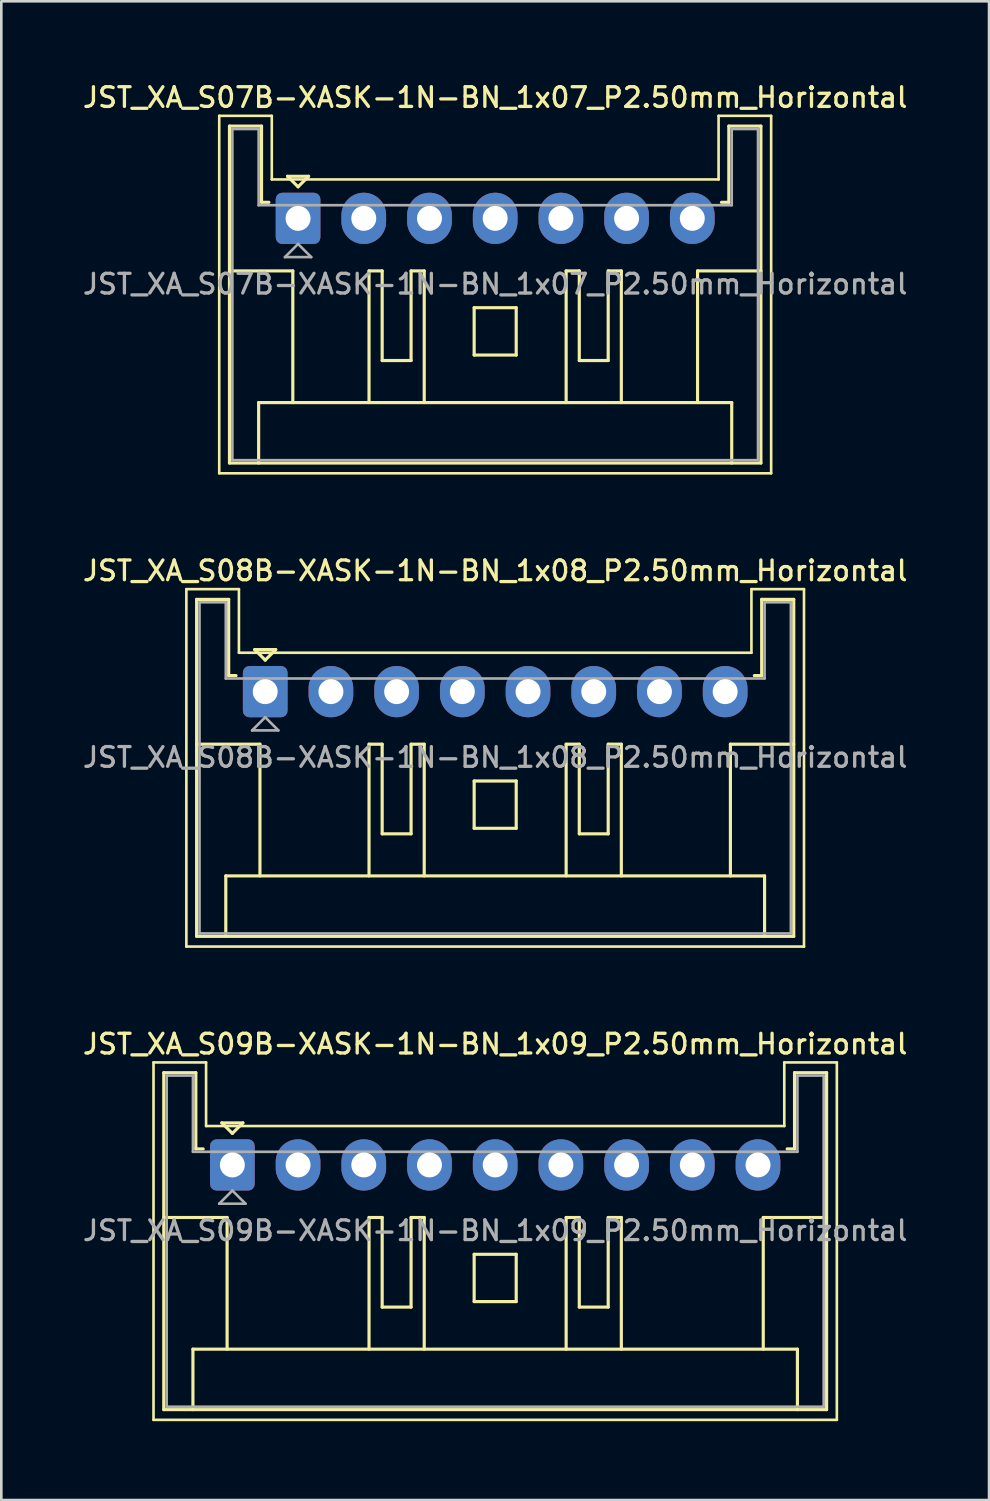
<source format=kicad_pcb>
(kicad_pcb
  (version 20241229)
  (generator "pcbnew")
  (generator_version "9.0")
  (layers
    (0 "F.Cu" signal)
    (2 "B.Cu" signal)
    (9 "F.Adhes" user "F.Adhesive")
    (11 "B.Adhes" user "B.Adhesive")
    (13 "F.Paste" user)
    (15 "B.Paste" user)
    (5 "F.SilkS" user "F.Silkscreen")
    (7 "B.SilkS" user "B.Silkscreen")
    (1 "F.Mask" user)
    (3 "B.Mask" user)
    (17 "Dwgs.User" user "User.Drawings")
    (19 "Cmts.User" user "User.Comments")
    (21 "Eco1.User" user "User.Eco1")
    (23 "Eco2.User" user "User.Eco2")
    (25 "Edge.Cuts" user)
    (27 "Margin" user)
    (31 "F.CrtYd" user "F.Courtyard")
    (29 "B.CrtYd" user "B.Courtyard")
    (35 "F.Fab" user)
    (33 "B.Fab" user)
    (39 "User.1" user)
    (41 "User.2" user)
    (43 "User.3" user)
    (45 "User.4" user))
  (footprint "JST_XA_S08B-XASK-1N-BN_1x08_P2.50mm_Horizontal"
    (layer "F.Cu")
    (at 7.041 23.266)
    (property "Reference" "JST_XA_S08B-XASK-1N-BN_1x08_P2.50mm_Horizontal" (at 8.75 -4.6 0) (layer "F.SilkS") (effects (font (size 0.75 0.75) (thickness 0.125))))
    (attr through_hole)
    (fp_line (start -3 -3.9) (end -3 9.7) (stroke (width 0.1) (type solid)) (layer "F.SilkS"))
    (fp_line (start -3 9.7) (end 20.5 9.7) (stroke (width 0.1) (type solid)) (layer "F.SilkS"))
    (fp_line (start -2.61 -3.51) (end -2.61 9.31) (stroke (width 0.12) (type solid)) (layer "F.SilkS"))
    (fp_line (start -2.61 9.31) (end 20.11 9.31) (stroke (width 0.12) (type solid)) (layer "F.SilkS"))
    (fp_line (start -1.5 7.01) (end 19 7.01) (stroke (width 0.12) (type solid)) (layer "F.SilkS"))
    (fp_line (start -1.5 9.31) (end -1.5 7.01) (stroke (width 0.12) (type solid)) (layer "F.SilkS"))
    (fp_line (start -1.39 -3.51) (end -2.61 -3.51) (stroke (width 0.12) (type solid)) (layer "F.SilkS"))
    (fp_line (start -1.39 -0.61) (end -1.39 -3.51) (stroke (width 0.12) (type solid)) (layer "F.SilkS"))
    (fp_line (start -1.11 -0.61) (end -1.39 -0.61) (stroke (width 0.12) (type solid)) (layer "F.SilkS"))
    (fp_line (start -1 -3.9) (end -3 -3.9) (stroke (width 0.1) (type solid)) (layer "F.SilkS"))
    (fp_line (start -1 -1.48) (end -1 -3.9) (stroke (width 0.1) (type solid)) (layer "F.SilkS"))
    (fp_line (start -0.4 -1.6) (end 0.4 -1.6) (stroke (width 0.12) (type solid)) (layer "F.SilkS"))
    (fp_line (start -0.2 2) (end -2.61 2) (stroke (width 0.12) (type solid)) (layer "F.SilkS"))
    (fp_line (start -0.2 7.01) (end -0.2 2) (stroke (width 0.12) (type solid)) (layer "F.SilkS"))
    (fp_line (start 0 -1.2) (end -0.4 -1.6) (stroke (width 0.12) (type solid)) (layer "F.SilkS"))
    (fp_line (start 0.4 -1.6) (end 0 -1.2) (stroke (width 0.12) (type solid)) (layer "F.SilkS"))
    (fp_line (start 3.95 2) (end 3.95 7.01) (stroke (width 0.12) (type solid)) (layer "F.SilkS"))
    (fp_line (start 4.45 2) (end 3.95 2) (stroke (width 0.12) (type solid)) (layer "F.SilkS"))
    (fp_line (start 4.45 5.41) (end 4.45 2) (stroke (width 0.12) (type solid)) (layer "F.SilkS"))
    (fp_line (start 5.55 2) (end 5.55 5.41) (stroke (width 0.12) (type solid)) (layer "F.SilkS"))
    (fp_line (start 5.55 5.41) (end 4.45 5.41) (stroke (width 0.12) (type solid)) (layer "F.SilkS"))
    (fp_line (start 6.05 2) (end 5.55 2) (stroke (width 0.12) (type solid)) (layer "F.SilkS"))
    (fp_line (start 6.05 7.01) (end 6.05 2) (stroke (width 0.12) (type solid)) (layer "F.SilkS"))
    (fp_line (start 7.95 3.4) (end 9.55 3.4) (stroke (width 0.12) (type solid)) (layer "F.SilkS"))
    (fp_line (start 7.95 5.2) (end 7.95 3.4) (stroke (width 0.12) (type solid)) (layer "F.SilkS"))
    (fp_line (start 9.55 3.4) (end 9.55 5.2) (stroke (width 0.12) (type solid)) (layer "F.SilkS"))
    (fp_line (start 9.55 5.2) (end 7.95 5.2) (stroke (width 0.12) (type solid)) (layer "F.SilkS"))
    (fp_line (start 11.45 2) (end 11.95 2) (stroke (width 0.12) (type solid)) (layer "F.SilkS"))
    (fp_line (start 11.45 7.01) (end 11.45 2) (stroke (width 0.12) (type solid)) (layer "F.SilkS"))
    (fp_line (start 11.95 2) (end 11.95 5.41) (stroke (width 0.12) (type solid)) (layer "F.SilkS"))
    (fp_line (start 11.95 5.41) (end 13.05 5.41) (stroke (width 0.12) (type solid)) (layer "F.SilkS"))
    (fp_line (start 13.05 2) (end 13.55 2) (stroke (width 0.12) (type solid)) (layer "F.SilkS"))
    (fp_line (start 13.05 5.41) (end 13.05 2) (stroke (width 0.12) (type solid)) (layer "F.SilkS"))
    (fp_line (start 13.55 2) (end 13.55 7.01) (stroke (width 0.12) (type solid)) (layer "F.SilkS"))
    (fp_line (start 17.7 2) (end 20.11 2) (stroke (width 0.12) (type solid)) (layer "F.SilkS"))
    (fp_line (start 17.7 7.01) (end 17.7 2) (stroke (width 0.12) (type solid)) (layer "F.SilkS"))
    (fp_line (start 18.5 -3.9) (end 18.5 -1.48) (stroke (width 0.1) (type solid)) (layer "F.SilkS"))
    (fp_line (start 18.5 -1.48) (end -1 -1.48) (stroke (width 0.1) (type solid)) (layer "F.SilkS"))
    (fp_line (start 18.89 -3.51) (end 18.89 -0.61) (stroke (width 0.12) (type solid)) (layer "F.SilkS"))
    (fp_line (start 18.89 -0.61) (end 18.61 -0.61) (stroke (width 0.12) (type solid)) (layer "F.SilkS"))
    (fp_line (start 19 7.01) (end 19 9.31) (stroke (width 0.12) (type solid)) (layer "F.SilkS"))
    (fp_line (start 20.11 -3.51) (end 18.89 -3.51) (stroke (width 0.12) (type solid)) (layer "F.SilkS"))
    (fp_line (start 20.11 9.31) (end 20.11 -3.51) (stroke (width 0.12) (type solid)) (layer "F.SilkS"))
    (fp_line (start 20.5 -3.9) (end 18.5 -3.9) (stroke (width 0.1) (type solid)) (layer "F.SilkS"))
    (fp_line (start 20.5 9.7) (end 20.5 -3.9) (stroke (width 0.1) (type solid)) (layer "F.SilkS"))
    (fp_line (start -2.5 -3.4) (end -2.5 9.2) (stroke (width 0.1) (type solid)) (layer "F.Fab"))
    (fp_line (start -2.5 9.2) (end 20 9.2) (stroke (width 0.1) (type solid)) (layer "F.Fab"))
    (fp_line (start -1.5 -3.4) (end -2.5 -3.4) (stroke (width 0.1) (type solid)) (layer "F.Fab"))
    (fp_line (start -1.5 -0.5) (end -1.5 -3.4) (stroke (width 0.1) (type solid)) (layer "F.Fab"))
    (fp_line (start -0.5 1.475) (end 0.5 1.475) (stroke (width 0.1) (type solid)) (layer "F.Fab"))
    (fp_line (start 0 0.975) (end -0.5 1.475) (stroke (width 0.1) (type solid)) (layer "F.Fab"))
    (fp_line (start 0.5 1.475) (end 0 0.975) (stroke (width 0.1) (type solid)) (layer "F.Fab"))
    (fp_line (start 19 -3.4) (end 19 -0.5) (stroke (width 0.1) (type solid)) (layer "F.Fab"))
    (fp_line (start 19 -0.5) (end -1.5 -0.5) (stroke (width 0.1) (type solid)) (layer "F.Fab"))
    (fp_line (start 20 -3.4) (end 19 -3.4) (stroke (width 0.1) (type solid)) (layer "F.Fab"))
    (fp_line (start 20 9.2) (end 20 -3.4) (stroke (width 0.1) (type solid)) (layer "F.Fab"))
    (fp_text user "${REFERENCE}" (at 8.75 2.5 0) (layer "F.Fab") (effects (font (size 0.75 0.75) (thickness 0.125))))
    (pad "1" thru_hole roundrect (at 0 0) (size 1.7 1.95) (drill 0.95) (layers "*.Cu" "*.Mask") (roundrect_rratio 0.147))
    (pad "2" thru_hole oval (at 2.5 0) (size 1.7 1.95) (drill 0.95) (layers "*.Cu" "*.Mask"))
    (pad "3" thru_hole oval (at 5 0) (size 1.7 1.95) (drill 0.95) (layers "*.Cu" "*.Mask"))
    (pad "4" thru_hole oval (at 7.5 0) (size 1.7 1.95) (drill 0.95) (layers "*.Cu" "*.Mask"))
    (pad "5" thru_hole oval (at 10 0) (size 1.7 1.95) (drill 0.95) (layers "*.Cu" "*.Mask"))
    (pad "6" thru_hole oval (at 12.5 0) (size 1.7 1.95) (drill 0.95) (layers "*.Cu" "*.Mask"))
    (pad "7" thru_hole oval (at 15 0) (size 1.7 1.95) (drill 0.95) (layers "*.Cu" "*.Mask"))
    (pad "8" thru_hole oval (at 17.5 0) (size 1.7 1.95) (drill 0.95) (layers "*.Cu" "*.Mask")))
  (footprint "JST_XA_S09B-XASK-1N-BN_1x09_P2.50mm_Horizontal"
    (layer "F.Cu")
    (at 5.791 41.274)
    (property "Reference" "JST_XA_S09B-XASK-1N-BN_1x09_P2.50mm_Horizontal" (at 10 -4.6 0) (layer "F.SilkS") (effects (font (size 0.75 0.75) (thickness 0.125))))
    (attr through_hole)
    (fp_line (start -3 -3.9) (end -3 9.7) (stroke (width 0.1) (type solid)) (layer "F.SilkS"))
    (fp_line (start -3 9.7) (end 23 9.7) (stroke (width 0.1) (type solid)) (layer "F.SilkS"))
    (fp_line (start -2.61 -3.51) (end -2.61 9.31) (stroke (width 0.12) (type solid)) (layer "F.SilkS"))
    (fp_line (start -2.61 9.31) (end 22.61 9.31) (stroke (width 0.12) (type solid)) (layer "F.SilkS"))
    (fp_line (start -1.5 7.01) (end 21.5 7.01) (stroke (width 0.12) (type solid)) (layer "F.SilkS"))
    (fp_line (start -1.5 9.31) (end -1.5 7.01) (stroke (width 0.12) (type solid)) (layer "F.SilkS"))
    (fp_line (start -1.39 -3.51) (end -2.61 -3.51) (stroke (width 0.12) (type solid)) (layer "F.SilkS"))
    (fp_line (start -1.39 -0.61) (end -1.39 -3.51) (stroke (width 0.12) (type solid)) (layer "F.SilkS"))
    (fp_line (start -1.11 -0.61) (end -1.39 -0.61) (stroke (width 0.12) (type solid)) (layer "F.SilkS"))
    (fp_line (start -1 -3.9) (end -3 -3.9) (stroke (width 0.1) (type solid)) (layer "F.SilkS"))
    (fp_line (start -1 -1.48) (end -1 -3.9) (stroke (width 0.1) (type solid)) (layer "F.SilkS"))
    (fp_line (start -0.4 -1.6) (end 0.4 -1.6) (stroke (width 0.12) (type solid)) (layer "F.SilkS"))
    (fp_line (start -0.2 2) (end -2.61 2) (stroke (width 0.12) (type solid)) (layer "F.SilkS"))
    (fp_line (start -0.2 7.01) (end -0.2 2) (stroke (width 0.12) (type solid)) (layer "F.SilkS"))
    (fp_line (start 0 -1.2) (end -0.4 -1.6) (stroke (width 0.12) (type solid)) (layer "F.SilkS"))
    (fp_line (start 0.4 -1.6) (end 0 -1.2) (stroke (width 0.12) (type solid)) (layer "F.SilkS"))
    (fp_line (start 5.2 2) (end 5.2 7.01) (stroke (width 0.12) (type solid)) (layer "F.SilkS"))
    (fp_line (start 5.7 2) (end 5.2 2) (stroke (width 0.12) (type solid)) (layer "F.SilkS"))
    (fp_line (start 5.7 5.41) (end 5.7 2) (stroke (width 0.12) (type solid)) (layer "F.SilkS"))
    (fp_line (start 6.8 2) (end 6.8 5.41) (stroke (width 0.12) (type solid)) (layer "F.SilkS"))
    (fp_line (start 6.8 5.41) (end 5.7 5.41) (stroke (width 0.12) (type solid)) (layer "F.SilkS"))
    (fp_line (start 7.3 2) (end 6.8 2) (stroke (width 0.12) (type solid)) (layer "F.SilkS"))
    (fp_line (start 7.3 7.01) (end 7.3 2) (stroke (width 0.12) (type solid)) (layer "F.SilkS"))
    (fp_line (start 9.2 3.4) (end 10.8 3.4) (stroke (width 0.12) (type solid)) (layer "F.SilkS"))
    (fp_line (start 9.2 5.2) (end 9.2 3.4) (stroke (width 0.12) (type solid)) (layer "F.SilkS"))
    (fp_line (start 10.8 3.4) (end 10.8 5.2) (stroke (width 0.12) (type solid)) (layer "F.SilkS"))
    (fp_line (start 10.8 5.2) (end 9.2 5.2) (stroke (width 0.12) (type solid)) (layer "F.SilkS"))
    (fp_line (start 12.7 2) (end 13.2 2) (stroke (width 0.12) (type solid)) (layer "F.SilkS"))
    (fp_line (start 12.7 7.01) (end 12.7 2) (stroke (width 0.12) (type solid)) (layer "F.SilkS"))
    (fp_line (start 13.2 2) (end 13.2 5.41) (stroke (width 0.12) (type solid)) (layer "F.SilkS"))
    (fp_line (start 13.2 5.41) (end 14.3 5.41) (stroke (width 0.12) (type solid)) (layer "F.SilkS"))
    (fp_line (start 14.3 2) (end 14.8 2) (stroke (width 0.12) (type solid)) (layer "F.SilkS"))
    (fp_line (start 14.3 5.41) (end 14.3 2) (stroke (width 0.12) (type solid)) (layer "F.SilkS"))
    (fp_line (start 14.8 2) (end 14.8 7.01) (stroke (width 0.12) (type solid)) (layer "F.SilkS"))
    (fp_line (start 20.2 2) (end 22.61 2) (stroke (width 0.12) (type solid)) (layer "F.SilkS"))
    (fp_line (start 20.2 7.01) (end 20.2 2) (stroke (width 0.12) (type solid)) (layer "F.SilkS"))
    (fp_line (start 21 -3.9) (end 21 -1.48) (stroke (width 0.1) (type solid)) (layer "F.SilkS"))
    (fp_line (start 21 -1.48) (end -1 -1.48) (stroke (width 0.1) (type solid)) (layer "F.SilkS"))
    (fp_line (start 21.39 -3.51) (end 21.39 -0.61) (stroke (width 0.12) (type solid)) (layer "F.SilkS"))
    (fp_line (start 21.39 -0.61) (end 21.11 -0.61) (stroke (width 0.12) (type solid)) (layer "F.SilkS"))
    (fp_line (start 21.5 7.01) (end 21.5 9.31) (stroke (width 0.12) (type solid)) (layer "F.SilkS"))
    (fp_line (start 22.61 -3.51) (end 21.39 -3.51) (stroke (width 0.12) (type solid)) (layer "F.SilkS"))
    (fp_line (start 22.61 9.31) (end 22.61 -3.51) (stroke (width 0.12) (type solid)) (layer "F.SilkS"))
    (fp_line (start 23 -3.9) (end 21 -3.9) (stroke (width 0.1) (type solid)) (layer "F.SilkS"))
    (fp_line (start 23 9.7) (end 23 -3.9) (stroke (width 0.1) (type solid)) (layer "F.SilkS"))
    (fp_line (start -2.5 -3.4) (end -2.5 9.2) (stroke (width 0.1) (type solid)) (layer "F.Fab"))
    (fp_line (start -2.5 9.2) (end 22.5 9.2) (stroke (width 0.1) (type solid)) (layer "F.Fab"))
    (fp_line (start -1.5 -3.4) (end -2.5 -3.4) (stroke (width 0.1) (type solid)) (layer "F.Fab"))
    (fp_line (start -1.5 -0.5) (end -1.5 -3.4) (stroke (width 0.1) (type solid)) (layer "F.Fab"))
    (fp_line (start -0.5 1.475) (end 0.5 1.475) (stroke (width 0.1) (type solid)) (layer "F.Fab"))
    (fp_line (start 0 0.975) (end -0.5 1.475) (stroke (width 0.1) (type solid)) (layer "F.Fab"))
    (fp_line (start 0.5 1.475) (end 0 0.975) (stroke (width 0.1) (type solid)) (layer "F.Fab"))
    (fp_line (start 21.5 -3.4) (end 21.5 -0.5) (stroke (width 0.1) (type solid)) (layer "F.Fab"))
    (fp_line (start 21.5 -0.5) (end -1.5 -0.5) (stroke (width 0.1) (type solid)) (layer "F.Fab"))
    (fp_line (start 22.5 -3.4) (end 21.5 -3.4) (stroke (width 0.1) (type solid)) (layer "F.Fab"))
    (fp_line (start 22.5 9.2) (end 22.5 -3.4) (stroke (width 0.1) (type solid)) (layer "F.Fab"))
    (fp_text user "${REFERENCE}" (at 10 2.5 0) (layer "F.Fab") (effects (font (size 0.75 0.75) (thickness 0.125))))
    (pad "1" thru_hole roundrect (at 0 0) (size 1.7 1.95) (drill 0.95) (layers "*.Cu" "*.Mask") (roundrect_rratio 0.147))
    (pad "2" thru_hole oval (at 2.5 0) (size 1.7 1.95) (drill 0.95) (layers "*.Cu" "*.Mask"))
    (pad "3" thru_hole oval (at 5 0) (size 1.7 1.95) (drill 0.95) (layers "*.Cu" "*.Mask"))
    (pad "4" thru_hole oval (at 7.5 0) (size 1.7 1.95) (drill 0.95) (layers "*.Cu" "*.Mask"))
    (pad "5" thru_hole oval (at 10 0) (size 1.7 1.95) (drill 0.95) (layers "*.Cu" "*.Mask"))
    (pad "6" thru_hole oval (at 12.5 0) (size 1.7 1.95) (drill 0.95) (layers "*.Cu" "*.Mask"))
    (pad "7" thru_hole oval (at 15 0) (size 1.7 1.95) (drill 0.95) (layers "*.Cu" "*.Mask"))
    (pad "8" thru_hole oval (at 17.5 0) (size 1.7 1.95) (drill 0.95) (layers "*.Cu" "*.Mask"))
    (pad "9" thru_hole oval (at 20 0) (size 1.7 1.95) (drill 0.95) (layers "*.Cu" "*.Mask")))
  (footprint "JST_XA_S07B-XASK-1N-BN_1x07_P2.50mm_Horizontal"
    (layer "F.Cu")
    (at 8.291 5.258)
    (property "Reference" "JST_XA_S07B-XASK-1N-BN_1x07_P2.50mm_Horizontal" (at 7.5 -4.6 0) (layer "F.SilkS") (effects (font (size 0.75 0.75) (thickness 0.125))))
    (attr through_hole)
    (fp_line (start -3 -3.9) (end -3 9.7) (stroke (width 0.1) (type solid)) (layer "F.SilkS"))
    (fp_line (start -3 9.7) (end 18 9.7) (stroke (width 0.1) (type solid)) (layer "F.SilkS"))
    (fp_line (start -2.61 -3.51) (end -2.61 9.31) (stroke (width 0.12) (type solid)) (layer "F.SilkS"))
    (fp_line (start -2.61 9.31) (end 17.61 9.31) (stroke (width 0.12) (type solid)) (layer "F.SilkS"))
    (fp_line (start -1.5 7.01) (end 16.5 7.01) (stroke (width 0.12) (type solid)) (layer "F.SilkS"))
    (fp_line (start -1.5 9.31) (end -1.5 7.01) (stroke (width 0.12) (type solid)) (layer "F.SilkS"))
    (fp_line (start -1.39 -3.51) (end -2.61 -3.51) (stroke (width 0.12) (type solid)) (layer "F.SilkS"))
    (fp_line (start -1.39 -0.61) (end -1.39 -3.51) (stroke (width 0.12) (type solid)) (layer "F.SilkS"))
    (fp_line (start -1.11 -0.61) (end -1.39 -0.61) (stroke (width 0.12) (type solid)) (layer "F.SilkS"))
    (fp_line (start -1 -3.9) (end -3 -3.9) (stroke (width 0.1) (type solid)) (layer "F.SilkS"))
    (fp_line (start -1 -1.48) (end -1 -3.9) (stroke (width 0.1) (type solid)) (layer "F.SilkS"))
    (fp_line (start -0.4 -1.6) (end 0.4 -1.6) (stroke (width 0.12) (type solid)) (layer "F.SilkS"))
    (fp_line (start -0.2 2) (end -2.61 2) (stroke (width 0.12) (type solid)) (layer "F.SilkS"))
    (fp_line (start -0.2 7.01) (end -0.2 2) (stroke (width 0.12) (type solid)) (layer "F.SilkS"))
    (fp_line (start 0 -1.2) (end -0.4 -1.6) (stroke (width 0.12) (type solid)) (layer "F.SilkS"))
    (fp_line (start 0.4 -1.6) (end 0 -1.2) (stroke (width 0.12) (type solid)) (layer "F.SilkS"))
    (fp_line (start 2.7 2) (end 2.7 7.01) (stroke (width 0.12) (type solid)) (layer "F.SilkS"))
    (fp_line (start 3.2 2) (end 2.7 2) (stroke (width 0.12) (type solid)) (layer "F.SilkS"))
    (fp_line (start 3.2 5.41) (end 3.2 2) (stroke (width 0.12) (type solid)) (layer "F.SilkS"))
    (fp_line (start 4.3 2) (end 4.3 5.41) (stroke (width 0.12) (type solid)) (layer "F.SilkS"))
    (fp_line (start 4.3 5.41) (end 3.2 5.41) (stroke (width 0.12) (type solid)) (layer "F.SilkS"))
    (fp_line (start 4.8 2) (end 4.3 2) (stroke (width 0.12) (type solid)) (layer "F.SilkS"))
    (fp_line (start 4.8 7.01) (end 4.8 2) (stroke (width 0.12) (type solid)) (layer "F.SilkS"))
    (fp_line (start 6.7 3.4) (end 8.3 3.4) (stroke (width 0.12) (type solid)) (layer "F.SilkS"))
    (fp_line (start 6.7 5.2) (end 6.7 3.4) (stroke (width 0.12) (type solid)) (layer "F.SilkS"))
    (fp_line (start 8.3 3.4) (end 8.3 5.2) (stroke (width 0.12) (type solid)) (layer "F.SilkS"))
    (fp_line (start 8.3 5.2) (end 6.7 5.2) (stroke (width 0.12) (type solid)) (layer "F.SilkS"))
    (fp_line (start 10.2 2) (end 10.7 2) (stroke (width 0.12) (type solid)) (layer "F.SilkS"))
    (fp_line (start 10.2 7.01) (end 10.2 2) (stroke (width 0.12) (type solid)) (layer "F.SilkS"))
    (fp_line (start 10.7 2) (end 10.7 5.41) (stroke (width 0.12) (type solid)) (layer "F.SilkS"))
    (fp_line (start 10.7 5.41) (end 11.8 5.41) (stroke (width 0.12) (type solid)) (layer "F.SilkS"))
    (fp_line (start 11.8 2) (end 12.3 2) (stroke (width 0.12) (type solid)) (layer "F.SilkS"))
    (fp_line (start 11.8 5.41) (end 11.8 2) (stroke (width 0.12) (type solid)) (layer "F.SilkS"))
    (fp_line (start 12.3 2) (end 12.3 7.01) (stroke (width 0.12) (type solid)) (layer "F.SilkS"))
    (fp_line (start 15.2 2) (end 17.61 2) (stroke (width 0.12) (type solid)) (layer "F.SilkS"))
    (fp_line (start 15.2 7.01) (end 15.2 2) (stroke (width 0.12) (type solid)) (layer "F.SilkS"))
    (fp_line (start 16 -3.9) (end 16 -1.48) (stroke (width 0.1) (type solid)) (layer "F.SilkS"))
    (fp_line (start 16 -1.48) (end -1 -1.48) (stroke (width 0.1) (type solid)) (layer "F.SilkS"))
    (fp_line (start 16.39 -3.51) (end 16.39 -0.61) (stroke (width 0.12) (type solid)) (layer "F.SilkS"))
    (fp_line (start 16.39 -0.61) (end 16.11 -0.61) (stroke (width 0.12) (type solid)) (layer "F.SilkS"))
    (fp_line (start 16.5 7.01) (end 16.5 9.31) (stroke (width 0.12) (type solid)) (layer "F.SilkS"))
    (fp_line (start 17.61 -3.51) (end 16.39 -3.51) (stroke (width 0.12) (type solid)) (layer "F.SilkS"))
    (fp_line (start 17.61 9.31) (end 17.61 -3.51) (stroke (width 0.12) (type solid)) (layer "F.SilkS"))
    (fp_line (start 18 -3.9) (end 16 -3.9) (stroke (width 0.1) (type solid)) (layer "F.SilkS"))
    (fp_line (start 18 9.7) (end 18 -3.9) (stroke (width 0.1) (type solid)) (layer "F.SilkS"))
    (fp_line (start -2.5 -3.4) (end -2.5 9.2) (stroke (width 0.1) (type solid)) (layer "F.Fab"))
    (fp_line (start -2.5 9.2) (end 17.5 9.2) (stroke (width 0.1) (type solid)) (layer "F.Fab"))
    (fp_line (start -1.5 -3.4) (end -2.5 -3.4) (stroke (width 0.1) (type solid)) (layer "F.Fab"))
    (fp_line (start -1.5 -0.5) (end -1.5 -3.4) (stroke (width 0.1) (type solid)) (layer "F.Fab"))
    (fp_line (start -0.5 1.475) (end 0.5 1.475) (stroke (width 0.1) (type solid)) (layer "F.Fab"))
    (fp_line (start 0 0.975) (end -0.5 1.475) (stroke (width 0.1) (type solid)) (layer "F.Fab"))
    (fp_line (start 0.5 1.475) (end 0 0.975) (stroke (width 0.1) (type solid)) (layer "F.Fab"))
    (fp_line (start 16.5 -3.4) (end 16.5 -0.5) (stroke (width 0.1) (type solid)) (layer "F.Fab"))
    (fp_line (start 16.5 -0.5) (end -1.5 -0.5) (stroke (width 0.1) (type solid)) (layer "F.Fab"))
    (fp_line (start 17.5 -3.4) (end 16.5 -3.4) (stroke (width 0.1) (type solid)) (layer "F.Fab"))
    (fp_line (start 17.5 9.2) (end 17.5 -3.4) (stroke (width 0.1) (type solid)) (layer "F.Fab"))
    (fp_text user "${REFERENCE}" (at 7.5 2.5 0) (layer "F.Fab") (effects (font (size 0.75 0.75) (thickness 0.125))))
    (pad "1" thru_hole roundrect (at 0 0) (size 1.7 1.95) (drill 0.95) (layers "*.Cu" "*.Mask") (roundrect_rratio 0.147))
    (pad "2" thru_hole oval (at 2.5 0) (size 1.7 1.95) (drill 0.95) (layers "*.Cu" "*.Mask"))
    (pad "3" thru_hole oval (at 5 0) (size 1.7 1.95) (drill 0.95) (layers "*.Cu" "*.Mask"))
    (pad "4" thru_hole oval (at 7.5 0) (size 1.7 1.95) (drill 0.95) (layers "*.Cu" "*.Mask"))
    (pad "5" thru_hole oval (at 10 0) (size 1.7 1.95) (drill 0.95) (layers "*.Cu" "*.Mask"))
    (pad "6" thru_hole oval (at 12.5 0) (size 1.7 1.95) (drill 0.95) (layers "*.Cu" "*.Mask"))
    (pad "7" thru_hole oval (at 15 0) (size 1.7 1.95) (drill 0.95) (layers "*.Cu" "*.Mask")))
  (gr_rect
    (start -3 -3)
    (end 34.582 54.024)
    (stroke (width 0.1) (type default))
    (fill no)
    (layer "Edge.Cuts")))
</source>
